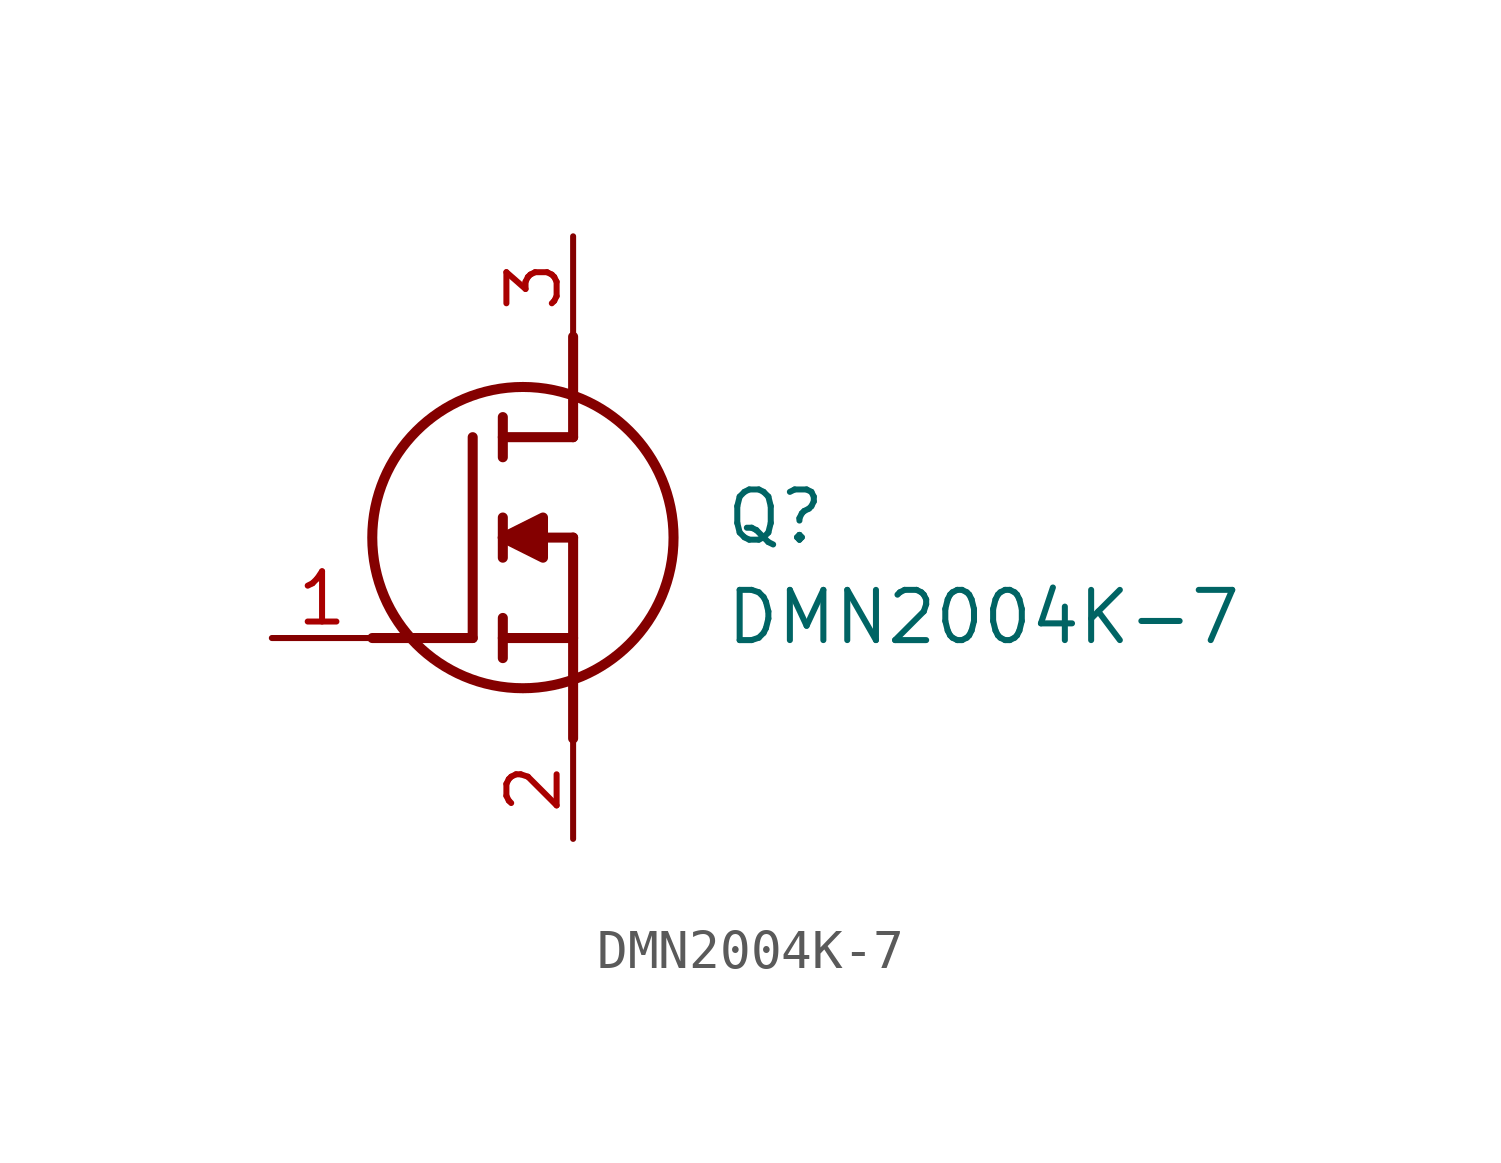
<source format=kicad_sym>
(kicad_symbol_lib
  (version 20211014)
  (generator SamacSys_ECAD_Model)
  (symbol "DMN2004K-7"
    (pin_names hide)
    (property "Reference" "Q"
      (at 11.43 3.81 0)
      (effects (font (size 1.27 1.27)) (justify left top)))
    (property "Value" "DMN2004K-7"
      (at 11.43 1.27 0)
      (effects (font (size 1.27 1.27)) (justify left top)))
    (polyline
      (pts (xy 7.62 2.54) (xy 7.62 -2.54))
      (stroke (width 0.254) (type default))
      (fill (type none)))
    (polyline
      (pts (xy 7.62 5.08) (xy 7.62 7.62))
      (stroke (width 0.254) (type default))
      (fill (type none)))
    (polyline
      (pts (xy 2.54 0) (xy 5.08 0))
      (stroke (width 0.254) (type default))
      (fill (type none)))
    (polyline
      (pts (xy 5.08 5.08) (xy 5.08 0))
      (stroke (width 0.254) (type default))
      (fill (type none)))
    (polyline
      (pts (xy 7.62 2.54) (xy 5.842 2.54))
      (stroke (width 0.254) (type default))
      (fill (type none)))
    (polyline
      (pts (xy 7.62 5.08) (xy 5.842 5.08))
      (stroke (width 0.254) (type default))
      (fill (type none)))
    (polyline
      (pts (xy 5.842 0) (xy 7.62 0))
      (stroke (width 0.254) (type default))
      (fill (type none)))
    (polyline
      (pts (xy 5.842 5.588) (xy 5.842 4.572))
      (stroke (width 0.254) (type default))
      (fill (type none)))
    (polyline
      (pts (xy 5.842 -0.508) (xy 5.842 0.508))
      (stroke (width 0.254) (type default))
      (fill (type none)))
    (polyline
      (pts (xy 5.842 2.032) (xy 5.842 3.048))
      (stroke (width 0.254) (type default))
      (fill (type none)))
    (circle
      (center 6.35 2.54)
      (radius 3.81)
      (stroke (width 0.254) (type default))
      (fill (type none)))
    (polyline
      (pts (xy 5.842 2.54) (xy 6.858 3.048) (xy 6.858 2.032) (xy 5.842 2.54))
      (stroke (width 0.254) (type default))
      (fill (type outline)))
    (pin passive line
      (at 0 0 0)
      (length 2.54)
      (name "G" (effects (font (size 1.27 1.27))))
      (number "1" (effects (font (size 1.27 1.27)))))
    (pin passive line
      (at 7.62 10.16 270)
      (length 2.54)
      (name "D" (effects (font (size 1.27 1.27))))
      (number "3" (effects (font (size 1.27 1.27)))))
    (pin passive line
      (at 7.62 -5.08 90)
      (length 2.54)
      (name "S" (effects (font (size 1.27 1.27))))
      (number "2" (effects (font (size 1.27 1.27)))))))
</source>
